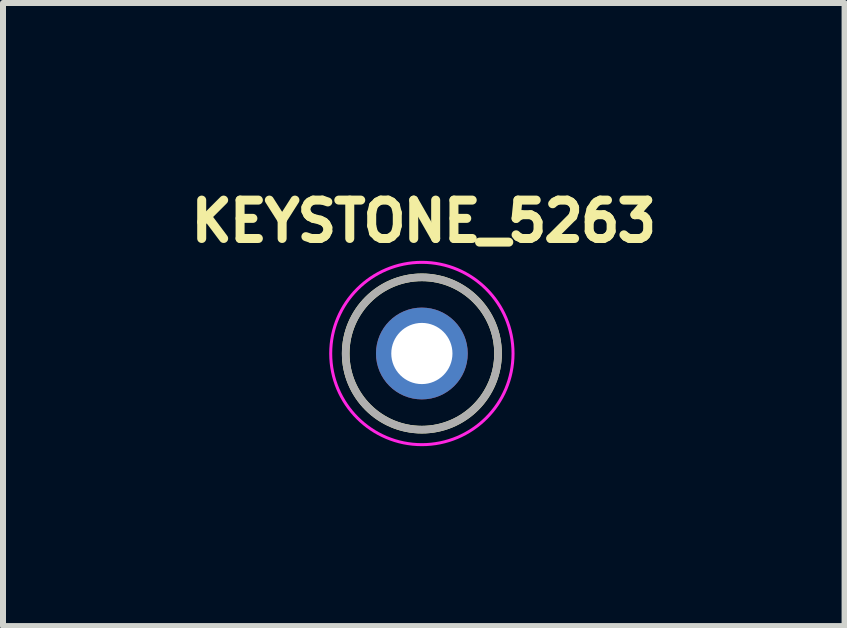
<source format=kicad_pcb>
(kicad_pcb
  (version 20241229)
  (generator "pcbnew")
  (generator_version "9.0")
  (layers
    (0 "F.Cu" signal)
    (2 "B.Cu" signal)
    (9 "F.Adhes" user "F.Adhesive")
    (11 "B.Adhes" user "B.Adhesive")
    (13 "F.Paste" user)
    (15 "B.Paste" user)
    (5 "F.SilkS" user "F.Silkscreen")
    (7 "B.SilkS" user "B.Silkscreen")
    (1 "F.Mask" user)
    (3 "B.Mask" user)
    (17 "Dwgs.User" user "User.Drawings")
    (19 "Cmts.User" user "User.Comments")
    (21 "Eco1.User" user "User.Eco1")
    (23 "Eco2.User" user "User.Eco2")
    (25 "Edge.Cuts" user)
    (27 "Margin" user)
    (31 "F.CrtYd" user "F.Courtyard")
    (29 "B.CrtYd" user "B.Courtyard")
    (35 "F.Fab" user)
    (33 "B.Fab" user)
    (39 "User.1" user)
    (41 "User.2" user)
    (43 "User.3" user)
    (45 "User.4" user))
  (footprint "KEYSTONE_5263"
    (layer "F.Cu")
    (at 3.984 2.844)
    (property "Reference" "KEYSTONE_5263" (at 0.032 -2.206 0) (layer "F.SilkS") (effects (font (size 0.64 0.64) (thickness 0.15))))
    (attr through_hole)
    (fp_circle (center 0 0) (end 1.27 0) (stroke (width 0.127) (type solid)) (fill no) (layer "F.SilkS"))
    (fp_circle (center 0 0) (end 1.52 0) (stroke (width 0.05) (type solid)) (fill no) (layer "F.CrtYd"))
    (fp_circle (center 0 0) (end 1.27 0) (stroke (width 0.127) (type solid)) (fill no) (layer "F.Fab"))
    (pad "TP" thru_hole circle (at 0 0) (size 1.53 1.53) (drill 1.02) (layers "*.Cu" "*.Mask")))
  (gr_rect
    (start -3 -3)
    (end 11.032 7.389)
    (stroke (width 0.1) (type default))
    (fill no)
    (layer "Edge.Cuts")))
</source>
